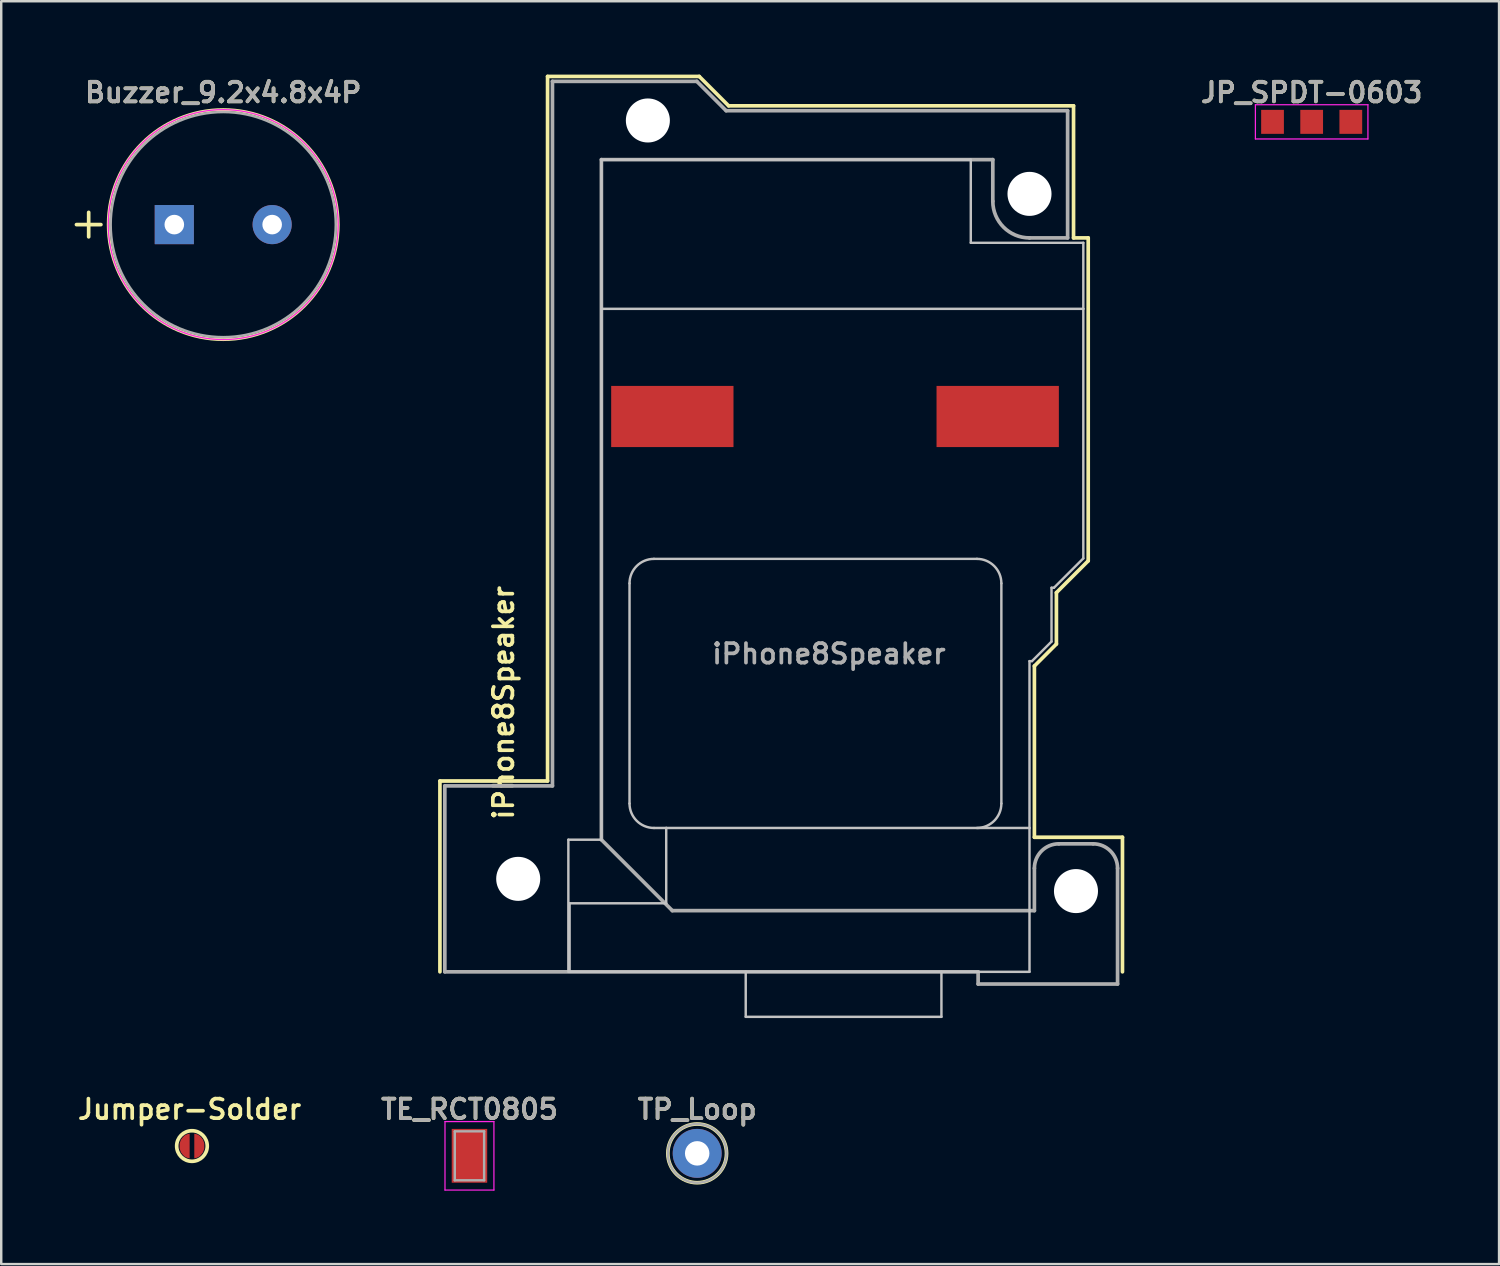
<source format=kicad_pcb>
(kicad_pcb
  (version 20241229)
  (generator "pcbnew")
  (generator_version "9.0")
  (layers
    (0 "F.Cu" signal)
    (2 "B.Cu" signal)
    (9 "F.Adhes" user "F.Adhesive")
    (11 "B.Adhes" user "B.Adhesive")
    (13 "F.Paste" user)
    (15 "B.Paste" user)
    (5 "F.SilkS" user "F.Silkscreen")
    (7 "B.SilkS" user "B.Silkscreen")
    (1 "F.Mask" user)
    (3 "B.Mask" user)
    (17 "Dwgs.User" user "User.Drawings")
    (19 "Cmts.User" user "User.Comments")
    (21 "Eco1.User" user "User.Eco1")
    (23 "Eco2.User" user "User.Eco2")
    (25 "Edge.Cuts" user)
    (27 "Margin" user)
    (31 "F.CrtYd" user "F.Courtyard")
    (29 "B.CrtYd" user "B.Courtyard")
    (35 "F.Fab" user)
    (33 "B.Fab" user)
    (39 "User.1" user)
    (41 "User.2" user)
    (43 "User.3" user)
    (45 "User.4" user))
  (footprint "Jumper-Solder"
    (layer "F.Cu")
    (at 4.797 43.796)
    (property "Reference" "Jumper-Solder" (at -0.1 -1.5 0) (layer "F.SilkS") (effects (font (size 0.8 0.8) (thickness 0.15))))
    (attr exclude_from_pos_files exclude_from_bom)
    (fp_circle (center 0 0) (end 0.25 0) (stroke (width 0.5) (type solid)) (fill no) (layer "F.Mask"))
    (fp_circle (center 0 0) (end 0 -0.625) (stroke (width 0.15) (type solid)) (fill no) (layer "F.SilkS"))
    (pad "1" smd custom (at -0.3 0) (size 0.3 0.4) (layers "F.Cu" "F.Mask") (options (anchor rect)) (primitives (gr_poly (pts (xy 0.2 0.5) (xy 0.1 0.475) (xy 0 0.425) (xy -0.075 0.35) (xy -0.15 0.25) (xy -0.2 0.1) (xy -0.2 -0.1) (xy -0.15 -0.25) (xy -0.075 -0.35) (xy 0 -0.425) (xy 0.1 -0.475) (xy 0.2 -0.5)) (width 0.01) (fill yes))))
    (pad "2" smd custom (at 0.3 0) (size 0.3 0.4) (layers "F.Cu" "F.Mask") (options (anchor rect)) (primitives (gr_poly (pts (xy -0.2 -0.5) (xy -0.1 -0.475) (xy 0 -0.425) (xy 0.075 -0.35) (xy 0.15 -0.25) (xy 0.2 -0.1) (xy 0.2 0.1) (xy 0.15 0.25) (xy 0.075 0.35) (xy 0 0.425) (xy -0.1 0.475) (xy -0.2 0.5)) (width 0.01) (fill yes)))))
  (footprint "Buzzer_9.2x4.8x4P"
    (layer "F.Cu")
    (at 4.075 6.131)
    (property "Reference" "Buzzer_9.2x4.8x4P" (at 2 -5.4 0) (layer "F.SilkS") (effects (font (size 0.8 0.8) (thickness 0.15))))
    (attr through_hole)
    (fp_line (start -3.5 -0.5) (end -3.5 0.5) (stroke (width 0.15) (type solid)) (layer "F.SilkS"))
    (fp_line (start -3 0) (end -4 0) (stroke (width 0.15) (type solid)) (layer "F.SilkS"))
    (fp_circle (center 2 0) (end 6.7 0) (stroke (width 0.12) (type solid)) (fill no) (layer "F.SilkS"))
    (fp_circle (center 2 0) (end 6.7 0) (stroke (width 0.05) (type solid)) (fill no) (layer "F.CrtYd"))
    (fp_circle (center 2 0) (end 6.6 0) (stroke (width 0.1) (type solid)) (fill no) (layer "F.Fab"))
    (fp_text user "${REFERENCE}" (at 2 -5.4 0) (layer "F.Fab") (effects (font (size 0.8 0.8) (thickness 0.15))))
    (pad "1" thru_hole rect (at 0 0) (size 1.6 1.6) (drill 0.8) (layers "*.Cu" "*.Mask"))
    (pad "2" thru_hole circle (at 4 0) (size 1.6 1.6) (drill 0.8) (layers "*.Cu" "*.Mask")))
  (footprint "JP_SPDT-0603"
    (layer "F.Cu")
    (at 50.567 1.931)
    (property "Reference" "JP_SPDT-0603" (at 0 -1.2 0) (layer "F.SilkS") (effects (font (size 0.8 0.8) (thickness 0.15))))
    (attr exclude_from_bom)
    (fp_line (start -2.3 -0.7) (end -2.3 0.7) (stroke (width 0.05) (type solid)) (layer "F.CrtYd"))
    (fp_line (start -2.3 0.7) (end 2.3 0.7) (stroke (width 0.05) (type solid)) (layer "F.CrtYd"))
    (fp_line (start 2.3 -0.7) (end -2.3 -0.7) (stroke (width 0.05) (type solid)) (layer "F.CrtYd"))
    (fp_line (start 2.3 0.7) (end 2.3 -0.7) (stroke (width 0.05) (type solid)) (layer "F.CrtYd"))
    (fp_text user "${REFERENCE}" (at 0 -1.2 0) (layer "F.Fab") (effects (font (size 0.8 0.8) (thickness 0.15))))
    (pad "1" smd rect (at -1.6 0) (size 0.93 0.98) (layers "F.Cu" "F.Mask"))
    (pad "2" smd rect (at 0 0) (size 0.93 0.98) (layers "F.Cu" "F.Mask"))
    (pad "3" smd rect (at 1.6 0) (size 0.93 0.98) (layers "F.Cu" "F.Mask")))
  (footprint "TP_Loop"
    (layer "F.Cu")
    (at 25.449 44.096)
    (property "Reference" "TP_Loop" (at 0 -1.8 0) (layer "F.SilkS") (effects (font (size 0.8 0.8) (thickness 0.15))))
    (attr through_hole)
    (fp_circle (center 0 0) (end 0 -1.2) (stroke (width 0.15) (type solid)) (fill no) (layer "F.SilkS"))
    (fp_circle (center 0 0) (end 1.2 0) (stroke (width 0.1) (type solid)) (fill no) (layer "F.Fab"))
    (fp_text user "${REFERENCE}" (at 0 -1.8 0) (layer "F.Fab") (effects (font (size 0.8 0.8) (thickness 0.15))))
    (pad "1" thru_hole circle (at 0 0) (size 2 2) (drill 1) (layers "*.Cu" "*.Mask")))
  (footprint "TE_RCT0805"
    (layer "F.Cu")
    (at 16.14 44.196)
    (property "Reference" "TE_RCT0805" (at 0 -1.9 0) (layer "F.SilkS") (effects (font (size 0.8 0.8) (thickness 0.15))))
    (attr smd)
    (fp_line (start -1 -1.4) (end 1 -1.4) (stroke (width 0.05) (type solid)) (layer "F.CrtYd"))
    (fp_line (start -1 1.4) (end -1 -1.4) (stroke (width 0.05) (type solid)) (layer "F.CrtYd"))
    (fp_line (start 1 -1.4) (end 1 1.4) (stroke (width 0.05) (type solid)) (layer "F.CrtYd"))
    (fp_line (start 1 1.4) (end -1 1.4) (stroke (width 0.05) (type solid)) (layer "F.CrtYd"))
    (fp_line (start -0.6 -1) (end 0.6 -1) (stroke (width 0.1) (type solid)) (layer "F.Fab"))
    (fp_line (start -0.6 1) (end -0.6 -1) (stroke (width 0.1) (type solid)) (layer "F.Fab"))
    (fp_line (start 0.6 -1) (end 0.6 1) (stroke (width 0.1) (type solid)) (layer "F.Fab"))
    (fp_line (start 0.6 1) (end -0.6 1) (stroke (width 0.1) (type solid)) (layer "F.Fab"))
    (fp_text user "${REFERENCE}" (at 0 -1.9 0) (layer "F.Fab") (effects (font (size 0.8 0.8) (thickness 0.15))))
    (pad "1" smd rect (at 0 0) (size 1.45 2.2) (layers "F.Cu" "F.Mask" "F.Paste")))
  (footprint "iPhone8Speaker"
    (layer "F.Cu")
    (at 38.633 35.875)
    (property "Reference" "iPhone8Speaker" (at -21.1 -10.2 90) (layer "F.SilkS") (effects (font (size 0.8 0.8) (thickness 0.15))))
    (attr exclude_from_pos_files exclude_from_bom)
    (fp_line (start -23.7 -7) (end -23.7 0.8) (stroke (width 0.15) (type solid)) (layer "F.SilkS"))
    (fp_line (start -19.3 -35.8) (end -19.3 -7) (stroke (width 0.15) (type solid)) (layer "F.SilkS"))
    (fp_line (start -19.3 -35.8) (end -13.1 -35.8) (stroke (width 0.15) (type solid)) (layer "F.SilkS"))
    (fp_line (start -19.3 -7) (end -23.7 -7) (stroke (width 0.15) (type solid)) (layer "F.SilkS"))
    (fp_line (start -13.1 -35.8) (end -11.9 -34.6) (stroke (width 0.15) (type solid)) (layer "F.SilkS"))
    (fp_line (start -11.9 -34.6) (end 2.2 -34.6) (stroke (width 0.15) (type solid)) (layer "F.SilkS"))
    (fp_line (start 0.6 -11.7) (end 0.6 -4.7) (stroke (width 0.15) (type solid)) (layer "F.SilkS"))
    (fp_line (start 0.6 -4.7) (end 4.2 -4.7) (stroke (width 0.15) (type solid)) (layer "F.SilkS"))
    (fp_line (start 1.5 -14.7) (end 1.5 -12.6) (stroke (width 0.15) (type solid)) (layer "F.SilkS"))
    (fp_line (start 1.5 -12.6) (end 0.6 -11.7) (stroke (width 0.15) (type solid)) (layer "F.SilkS"))
    (fp_line (start 2.2 -34.6) (end 2.2 -29.2) (stroke (width 0.15) (type solid)) (layer "F.SilkS"))
    (fp_line (start 2.2 -29.2) (end 2.8 -29.2) (stroke (width 0.15) (type solid)) (layer "F.SilkS"))
    (fp_line (start 2.8 -29.2) (end 2.8 -16) (stroke (width 0.15) (type solid)) (layer "F.SilkS"))
    (fp_line (start 2.8 -16) (end 1.5 -14.7) (stroke (width 0.15) (type solid)) (layer "F.SilkS"))
    (fp_line (start 4.2 -4.7) (end 4.2 0.8) (stroke (width 0.15) (type solid)) (layer "F.SilkS"))
    (fp_line (start -18.45 -4.6) (end -17.1 -4.6) (stroke (width 0.1) (type solid)) (layer "Dwgs.User"))
    (fp_line (start -18.45 0.8) (end -18.45 -4.6) (stroke (width 0.1) (type solid)) (layer "Dwgs.User"))
    (fp_line (start -18.4 -2) (end -18.4 0.8) (stroke (width 0.1) (type solid)) (layer "Dwgs.User"))
    (fp_line (start -18.4 0.8) (end 0.4 0.8) (stroke (width 0.1) (type solid)) (layer "Dwgs.User"))
    (fp_line (start -17.1 -26.3) (end 2.6 -26.3) (stroke (width 0.1) (type solid)) (layer "Dwgs.User"))
    (fp_line (start -17.1 -4.6) (end -17.1 -32.4) (stroke (width 0.1) (type solid)) (layer "Dwgs.User"))
    (fp_line (start -15.95 -15.08) (end -15.95 -6.08) (stroke (width 0.1) (type solid)) (layer "Dwgs.User"))
    (fp_line (start -14.95 -5.08) (end -14.45 -5.08) (stroke (width 0.1) (type solid)) (layer "Dwgs.User"))
    (fp_line (start -14.45 -5.08) (end -14.45 -2) (stroke (width 0.1) (type solid)) (layer "Dwgs.User"))
    (fp_line (start -14.45 -2) (end -18.4 -2) (stroke (width 0.1) (type solid)) (layer "Dwgs.User"))
    (fp_line (start -11.2 0.8) (end -11.2 2.64) (stroke (width 0.1) (type solid)) (layer "Dwgs.User"))
    (fp_line (start -3.2 0.8) (end -3.2 2.64) (stroke (width 0.1) (type solid)) (layer "Dwgs.User"))
    (fp_line (start -3.2 2.64) (end -11.2 2.64) (stroke (width 0.1) (type solid)) (layer "Dwgs.User"))
    (fp_line (start -2 -32.4) (end -17.1 -32.4) (stroke (width 0.1) (type solid)) (layer "Dwgs.User"))
    (fp_line (start -2 -29) (end -2 -32.4) (stroke (width 0.1) (type solid)) (layer "Dwgs.User"))
    (fp_line (start -1.75 -16.08) (end -14.95 -16.08) (stroke (width 0.1) (type solid)) (layer "Dwgs.User"))
    (fp_line (start -0.75 -6.08) (end -0.75 -15.08) (stroke (width 0.1) (type solid)) (layer "Dwgs.User"))
    (fp_line (start 0.4 -11.9) (end 0.4 -5.08) (stroke (width 0.1) (type solid)) (layer "Dwgs.User"))
    (fp_line (start 0.4 -5.08) (end -14.45 -5.08) (stroke (width 0.1) (type solid)) (layer "Dwgs.User"))
    (fp_line (start 0.4 0.8) (end 0.4 -5.08) (stroke (width 0.1) (type solid)) (layer "Dwgs.User"))
    (fp_line (start 0.5 -11.9) (end 0.4 -11.9) (stroke (width 0.1) (type solid)) (layer "Dwgs.User"))
    (fp_line (start 1.3 -14.9) (end 1.3 -12.7) (stroke (width 0.1) (type solid)) (layer "Dwgs.User"))
    (fp_line (start 1.3 -12.7) (end 0.5 -11.9) (stroke (width 0.1) (type solid)) (layer "Dwgs.User"))
    (fp_line (start 1.4 -14.9) (end 1.3 -14.9) (stroke (width 0.1) (type solid)) (layer "Dwgs.User"))
    (fp_line (start 2.6 -29) (end -2 -29) (stroke (width 0.1) (type solid)) (layer "Dwgs.User"))
    (fp_line (start 2.6 -26.3) (end 2.6 -29) (stroke (width 0.1) (type solid)) (layer "Dwgs.User"))
    (fp_line (start 2.6 -26.3) (end 2.6 -16.1) (stroke (width 0.1) (type solid)) (layer "Dwgs.User"))
    (fp_line (start 2.6 -16.1) (end 1.4 -14.9) (stroke (width 0.1) (type solid)) (layer "Dwgs.User"))
    (fp_arc (start -15.95 -15.08) (mid -15.657107 -15.787107) (end -14.95 -16.08) (stroke (width 0.1) (type solid)) (layer "Dwgs.User"))
    (fp_arc (start -14.95 -5.08) (mid -15.657107 -5.372893) (end -15.95 -6.08) (stroke (width 0.1) (type solid)) (layer "Dwgs.User"))
    (fp_arc (start -1.75 -16.08) (mid -1.042893 -15.787107) (end -0.75 -15.08) (stroke (width 0.1) (type solid)) (layer "Dwgs.User"))
    (fp_arc (start -0.75 -6.08) (mid -1.042893 -5.372893) (end -1.75 -5.08) (stroke (width 0.1) (type solid)) (layer "Dwgs.User"))
    (fp_line (start -23.5 -6.8) (end -23.5 0.8) (stroke (width 0.15) (type solid)) (layer "F.Fab"))
    (fp_line (start -23.5 0.8) (end -1.7 0.8) (stroke (width 0.15) (type solid)) (layer "F.Fab"))
    (fp_line (start -19.1 -35.6) (end -19.1 -6.8) (stroke (width 0.15) (type solid)) (layer "F.Fab"))
    (fp_line (start -19.1 -6.8) (end -23.5 -6.8) (stroke (width 0.15) (type solid)) (layer "F.Fab"))
    (fp_line (start -18.4 0.8) (end -18.45 0.8) (stroke (width 0.1) (type solid)) (layer "F.Fab"))
    (fp_line (start -17.1 -32.4) (end -1.1 -32.4) (stroke (width 0.15) (type solid)) (layer "F.Fab"))
    (fp_line (start -17.1 -4.6) (end -17.1 -32.4) (stroke (width 0.15) (type solid)) (layer "F.Fab"))
    (fp_line (start -14.2 -1.7) (end -17.1 -4.6) (stroke (width 0.15) (type solid)) (layer "F.Fab"))
    (fp_line (start -13.2 -35.6) (end -19.1 -35.6) (stroke (width 0.15) (type solid)) (layer "F.Fab"))
    (fp_line (start -13.2 -35.6) (end -12 -34.4) (stroke (width 0.15) (type solid)) (layer "F.Fab"))
    (fp_line (start -12 -34.4) (end 1.958 -34.4) (stroke (width 0.15) (type solid)) (layer "F.Fab"))
    (fp_line (start -1.7 0.8) (end -1.7 1.3) (stroke (width 0.15) (type solid)) (layer "F.Fab"))
    (fp_line (start -1.7 1.3) (end 4 1.3) (stroke (width 0.15) (type solid)) (layer "F.Fab"))
    (fp_line (start -1.1 -32.4) (end -1.1 -30.7) (stroke (width 0.15) (type solid)) (layer "F.Fab"))
    (fp_line (start 0.4 -29.2) (end 1.958 -29.2) (stroke (width 0.15) (type solid)) (layer "F.Fab"))
    (fp_line (start 0.6 -3.432) (end 0.6 -1.7) (stroke (width 0.15) (type solid)) (layer "F.Fab"))
    (fp_line (start 0.6 -1.7) (end -14.2 -1.7) (stroke (width 0.15) (type solid)) (layer "F.Fab"))
    (fp_line (start 1.958 -29.2) (end 1.958 -34.4) (stroke (width 0.15) (type solid)) (layer "F.Fab"))
    (fp_line (start 3 -4.432) (end 1.6 -4.432) (stroke (width 0.15) (type solid)) (layer "F.Fab"))
    (fp_line (start 4 1.3) (end 4 -3.432) (stroke (width 0.15) (type solid)) (layer "F.Fab"))
    (fp_arc (start 0.4 -29.2) (mid -0.66066 -29.63934) (end -1.1 -30.7) (stroke (width 0.15) (type solid)) (layer "F.Fab"))
    (fp_arc (start 0.6 -3.432) (mid 0.892893 -4.139107) (end 1.6 -4.432) (stroke (width 0.15) (type solid)) (layer "F.Fab"))
    (fp_arc (start 3 -4.432) (mid 3.707107 -4.139107) (end 4 -3.432) (stroke (width 0.15) (type solid)) (layer "F.Fab"))
    (fp_text user "${REFERENCE}" (at -7.8 -12.2 0) (layer "F.Fab") (effects (font (size 0.8 0.8) (thickness 0.15))))
    (pad "" np_thru_hole circle (at -20.5 -3) (size 1.8 1.8) (drill 1.8) (layers "*.Cu" "*.Mask"))
    (pad "" np_thru_hole circle (at -15.2 -34) (size 1.8 1.8) (drill 1.8) (layers "*.Cu" "*.Mask"))
    (pad "" np_thru_hole circle (at 0.4 -31) (size 1.8 1.8) (drill 1.8) (layers "*.Cu" "*.Mask"))
    (pad "" np_thru_hole circle (at 2.3 -2.5) (size 1.8 1.8) (drill 1.8) (layers "*.Cu" "*.Mask"))
    (pad "1" smd rect (at -0.9 -21.9) (size 5 2.5) (layers "F.Cu" "F.Mask"))
    (pad "2" smd rect (at -14.2 -21.9) (size 5 2.5) (layers "F.Cu" "F.Mask")))
  (gr_rect
    (start -3 -3)
    (end 58.227 48.621)
    (stroke (width 0.1) (type default))
    (fill no)
    (layer "Edge.Cuts")))
</source>
